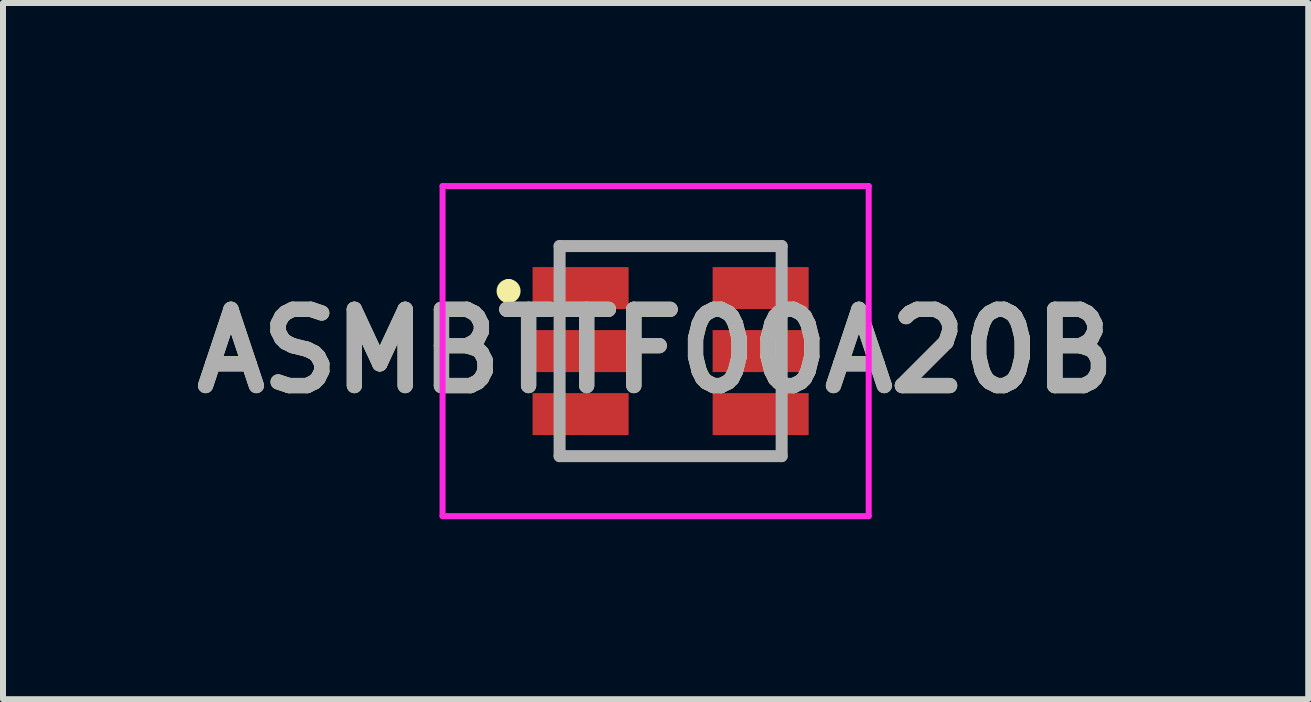
<source format=kicad_pcb>
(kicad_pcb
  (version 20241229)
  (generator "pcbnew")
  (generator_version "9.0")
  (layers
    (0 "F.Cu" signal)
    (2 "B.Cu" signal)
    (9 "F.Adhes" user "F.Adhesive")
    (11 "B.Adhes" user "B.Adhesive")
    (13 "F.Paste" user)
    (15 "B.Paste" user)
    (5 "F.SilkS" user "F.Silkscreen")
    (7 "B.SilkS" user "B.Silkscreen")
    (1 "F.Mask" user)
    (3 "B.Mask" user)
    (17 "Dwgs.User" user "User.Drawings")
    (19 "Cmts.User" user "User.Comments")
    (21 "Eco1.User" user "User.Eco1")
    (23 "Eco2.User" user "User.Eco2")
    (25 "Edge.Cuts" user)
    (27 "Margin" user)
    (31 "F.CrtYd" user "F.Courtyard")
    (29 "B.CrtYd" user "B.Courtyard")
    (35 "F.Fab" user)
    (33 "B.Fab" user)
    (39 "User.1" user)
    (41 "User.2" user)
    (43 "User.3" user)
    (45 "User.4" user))
  (footprint "ASMBTTF00A20B"
    (layer "F.Cu")
    (at 8.124 2.8)
    (property "Reference" "ASMBTTF00A20B" (at -0.25 0 0) (layer "F.SilkS") (effects (font (size 1.27 1.27) (thickness 0.254))))
    (attr smd)
    (fp_line (start -2.7 -1.1) (end -2.7 -1.1) (stroke (width 0.2) (type solid)) (layer "F.SilkS"))
    (fp_line (start -2.7 -0.9) (end -2.7 -0.9) (stroke (width 0.2) (type solid)) (layer "F.SilkS"))
    (fp_line (start -1.85 -1.75) (end 1.85 -1.75) (stroke (width 0.1) (type solid)) (layer "F.SilkS"))
    (fp_line (start -1.85 1.75) (end 1.85 1.75) (stroke (width 0.1) (type solid)) (layer "F.SilkS"))
    (fp_arc (start -2.7 -1.1) (mid -2.6 -1) (end -2.7 -0.9) (stroke (width 0.2) (type solid)) (layer "F.SilkS"))
    (fp_arc (start -2.7 -0.9) (mid -2.8 -1) (end -2.7 -1.1) (stroke (width 0.2) (type solid)) (layer "F.SilkS"))
    (fp_line (start -3.8 -2.75) (end 3.3 -2.75) (stroke (width 0.1) (type solid)) (layer "F.CrtYd"))
    (fp_line (start -3.8 2.75) (end -3.8 -2.75) (stroke (width 0.1) (type solid)) (layer "F.CrtYd"))
    (fp_line (start 3.3 -2.75) (end 3.3 2.75) (stroke (width 0.1) (type solid)) (layer "F.CrtYd"))
    (fp_line (start 3.3 2.75) (end -3.8 2.75) (stroke (width 0.1) (type solid)) (layer "F.CrtYd"))
    (fp_line (start -1.85 -1.75) (end 1.85 -1.75) (stroke (width 0.2) (type solid)) (layer "F.Fab"))
    (fp_line (start -1.85 1.75) (end -1.85 -1.75) (stroke (width 0.2) (type solid)) (layer "F.Fab"))
    (fp_line (start 1.85 -1.75) (end 1.85 1.75) (stroke (width 0.2) (type solid)) (layer "F.Fab"))
    (fp_line (start 1.85 1.75) (end -1.85 1.75) (stroke (width 0.2) (type solid)) (layer "F.Fab"))
    (fp_text user "${REFERENCE}" (at -0.25 0 0) (layer "F.Fab") (effects (font (size 1.27 1.27) (thickness 0.254))))
    (pad "1" smd rect (at -1.5 -1.05 90) (size 0.7 1.6) (layers "F.Cu" "F.Mask" "F.Paste"))
    (pad "2" smd rect (at 1.5 -1.05 90) (size 0.7 1.6) (layers "F.Cu" "F.Mask" "F.Paste"))
    (pad "3" smd rect (at -1.5 0 90) (size 0.7 1.6) (layers "F.Cu" "F.Mask" "F.Paste"))
    (pad "4" smd rect (at 1.5 0 90) (size 0.7 1.6) (layers "F.Cu" "F.Mask" "F.Paste"))
    (pad "5" smd rect (at -1.5 1.05 90) (size 0.7 1.6) (layers "F.Cu" "F.Mask" "F.Paste"))
    (pad "6" smd rect (at 1.5 1.05 90) (size 0.7 1.6) (layers "F.Cu" "F.Mask" "F.Paste")))
  (gr_rect
    (start -3 -3)
    (end 18.748 8.6)
    (stroke (width 0.1) (type default))
    (fill no)
    (layer "Edge.Cuts")))
</source>
